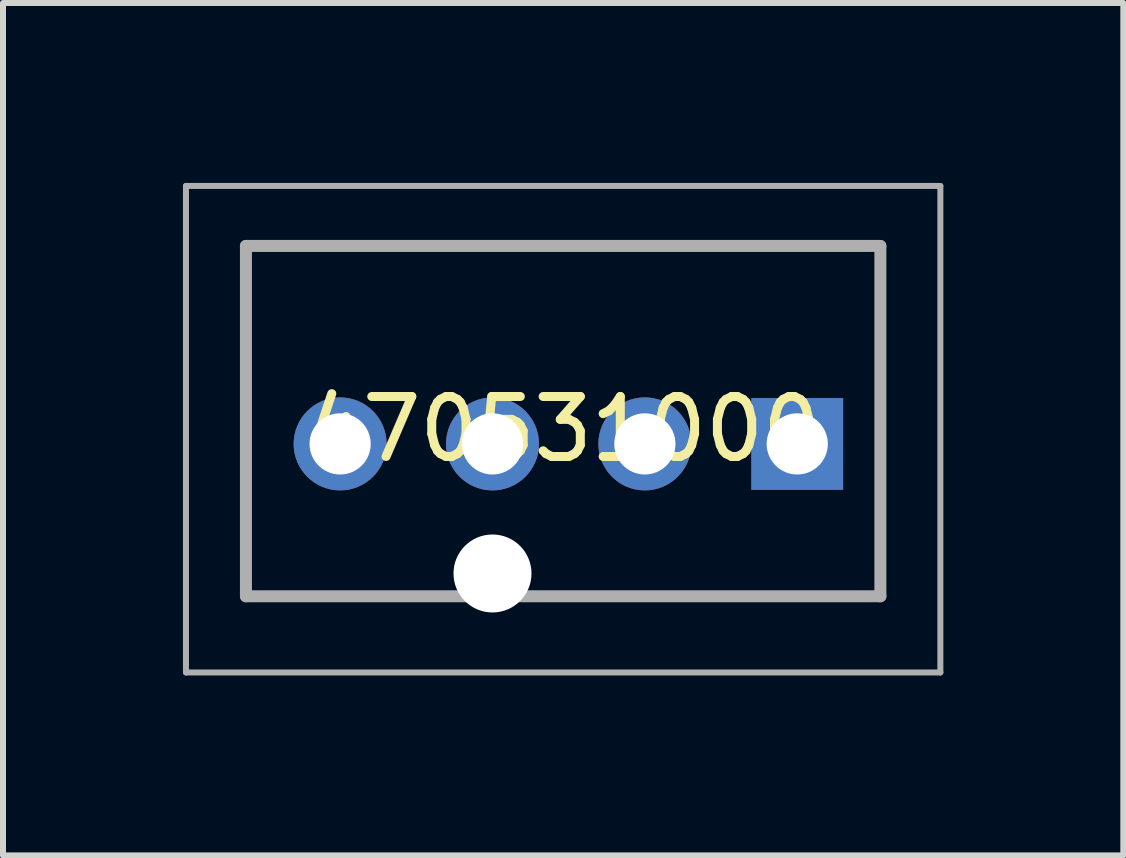
<source format=kicad_pcb>
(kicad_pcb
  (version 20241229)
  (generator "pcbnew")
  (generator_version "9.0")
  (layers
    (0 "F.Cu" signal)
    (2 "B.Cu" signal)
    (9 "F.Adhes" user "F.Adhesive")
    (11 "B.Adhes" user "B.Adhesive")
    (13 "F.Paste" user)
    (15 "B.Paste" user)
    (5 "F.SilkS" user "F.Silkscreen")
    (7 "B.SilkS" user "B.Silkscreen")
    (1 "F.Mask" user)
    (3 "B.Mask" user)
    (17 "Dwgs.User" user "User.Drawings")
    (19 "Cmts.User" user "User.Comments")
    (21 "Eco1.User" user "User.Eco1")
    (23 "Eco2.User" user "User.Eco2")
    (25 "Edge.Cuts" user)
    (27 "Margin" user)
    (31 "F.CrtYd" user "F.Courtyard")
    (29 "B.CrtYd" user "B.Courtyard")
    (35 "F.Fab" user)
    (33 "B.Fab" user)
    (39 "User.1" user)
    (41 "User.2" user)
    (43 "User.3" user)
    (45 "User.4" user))
  (footprint "470531000"
    (layer "F.Cu")
    (at 10.24 4.35)
    (property "Reference" "470531000" (at -3.902 -0.245 0) (layer "F.SilkS") (effects (font (size 1 1) (thickness 0.15))))
    (attr through_hole)
    (fp_line (start -9.19 -3.3) (end 1.386 -3.3) (stroke (width 0.1) (type solid)) (layer "F.SilkS"))
    (fp_line (start -9.19 2.54) (end -9.19 -3.3) (stroke (width 0.1) (type solid)) (layer "F.SilkS"))
    (fp_line (start -9.19 2.54) (end -6.293 2.54) (stroke (width 0.1) (type solid)) (layer "F.SilkS"))
    (fp_line (start 1.386 -3.3) (end 1.386 2.54) (stroke (width 0.1) (type solid)) (layer "F.SilkS"))
    (fp_line (start 1.386 2.54) (end -3.902 2.54) (stroke (width 0.1) (type solid)) (layer "F.SilkS"))
    (fp_line (start -10.19 -4.3) (end 2.386 -4.3) (stroke (width 0.1) (type solid)) (layer "F.Fab"))
    (fp_line (start -10.19 3.81) (end -10.19 -4.3) (stroke (width 0.1) (type solid)) (layer "F.Fab"))
    (fp_line (start -9.19 -3.3) (end 1.386 -3.3) (stroke (width 0.2) (type solid)) (layer "F.Fab"))
    (fp_line (start -9.19 2.54) (end -9.19 -3.3) (stroke (width 0.2) (type solid)) (layer "F.Fab"))
    (fp_line (start 1.386 -3.3) (end 1.386 2.54) (stroke (width 0.2) (type solid)) (layer "F.Fab"))
    (fp_line (start 1.386 2.54) (end -9.19 2.54) (stroke (width 0.2) (type solid)) (layer "F.Fab"))
    (fp_line (start 2.386 -4.3) (end 2.386 3.81) (stroke (width 0.1) (type solid)) (layer "F.Fab"))
    (fp_line (start 2.386 3.81) (end -10.19 3.81) (stroke (width 0.1) (type solid)) (layer "F.Fab"))
    (pad "" np_thru_hole circle (at -5.08 2.16) (size 1.3 1.3) (drill 1.3) (layers "*.Cu" "*.Mask"))
    (pad "1" thru_hole rect (at 0 0) (size 1.53 1.53) (drill 1.02) (layers "*.Cu" "*.Mask"))
    (pad "2" thru_hole circle (at -2.54 0) (size 1.55 1.55) (drill 1.02) (layers "*.Cu" "*.Mask"))
    (pad "3" thru_hole circle (at -5.08 0) (size 1.55 1.55) (drill 1.02) (layers "*.Cu" "*.Mask"))
    (pad "4" thru_hole circle (at -7.62 0) (size 1.55 1.55) (drill 1.02) (layers "*.Cu" "*.Mask")))
  (gr_rect
    (start -3 -3)
    (end 15.676 11.21)
    (stroke (width 0.1) (type default))
    (fill no)
    (layer "Edge.Cuts")))
</source>
